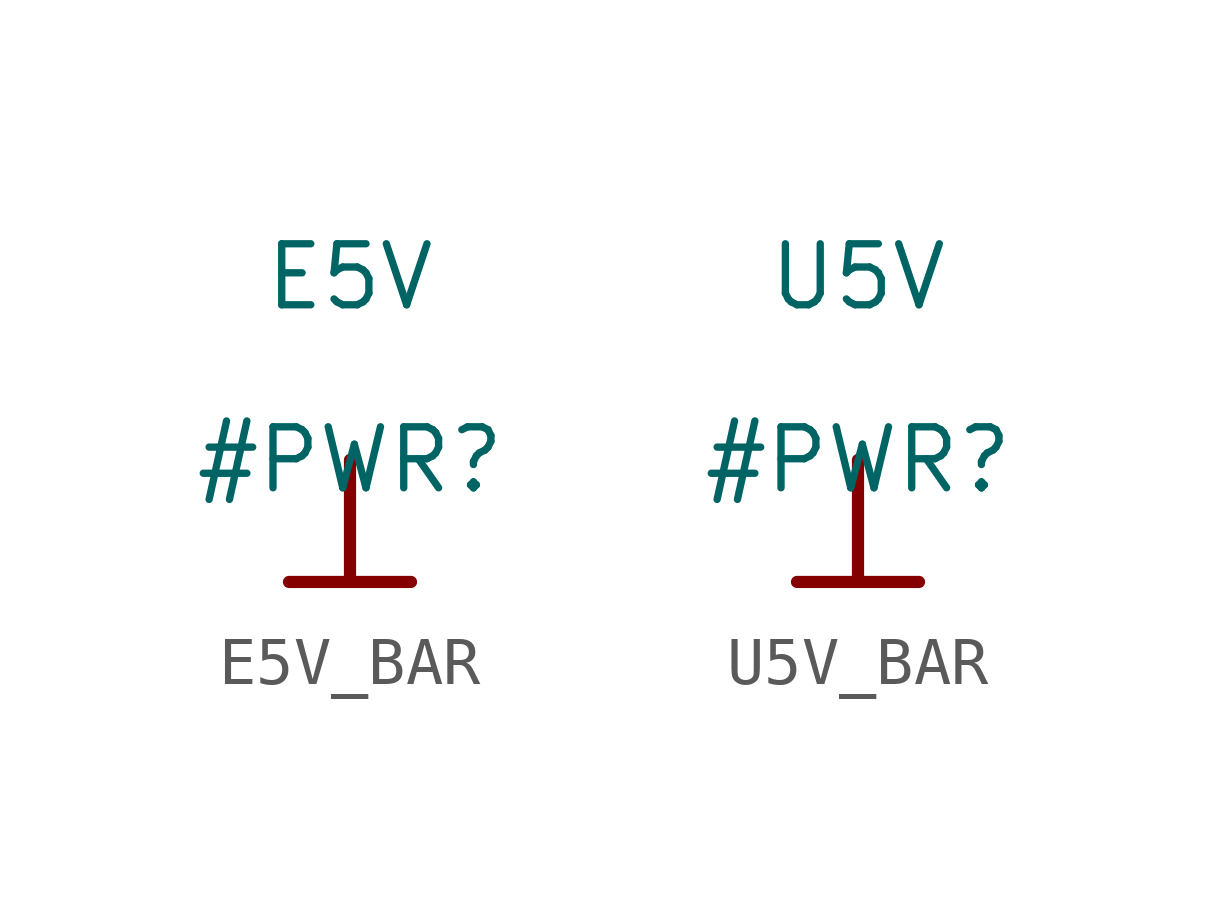
<source format=kicad_sym>
(kicad_symbol_lib
  (version 20231120)
  (generator "kicad_symbol_editor")
  (generator_version "8.0")
  (symbol "E5V_BAR"
    (power)
    (property "Reference" "#PWR"
      (at 0 0 0)
      (effects (font (size 1.27 1.27))))
    (property "Value" "E5V"
      (at 0 3.81 0)
      (effects (font (size 1.27 1.27))))
    (symbol "E5V_BAR_0_0"
      (polyline (pts (xy -1.27 -2.54) (xy 1.27 -2.54)) (stroke (width 0.254) (type solid)) (fill (type none)))
      (polyline (pts (xy 0 0) (xy 0 -2.54)) (stroke (width 0.254) (type solid)) (fill (type none)))
      (pin power_in line (at 0 0 0) (length 0) hide (name "E5V" (effects (font (size 1.27 1.27)))) (number "" (effects (font (size 1.27 1.27)))))))
  (symbol "U5V_BAR"
    (power)
    (property "Reference" "#PWR"
      (at 0 0 0)
      (effects (font (size 1.27 1.27))))
    (property "Value" "U5V"
      (at 0 3.81 0)
      (effects (font (size 1.27 1.27))))
    (symbol "U5V_BAR_0_0"
      (polyline (pts (xy -1.27 -2.54) (xy 1.27 -2.54)) (stroke (width 0.254) (type solid)) (fill (type none)))
      (polyline (pts (xy 0 0) (xy 0 -2.54)) (stroke (width 0.254) (type solid)) (fill (type none)))
      (pin power_in line (at 0 0 0) (length 0) hide (name "U5V" (effects (font (size 1.27 1.27)))) (number "" (effects (font (size 1.27 1.27))))))))
</source>
